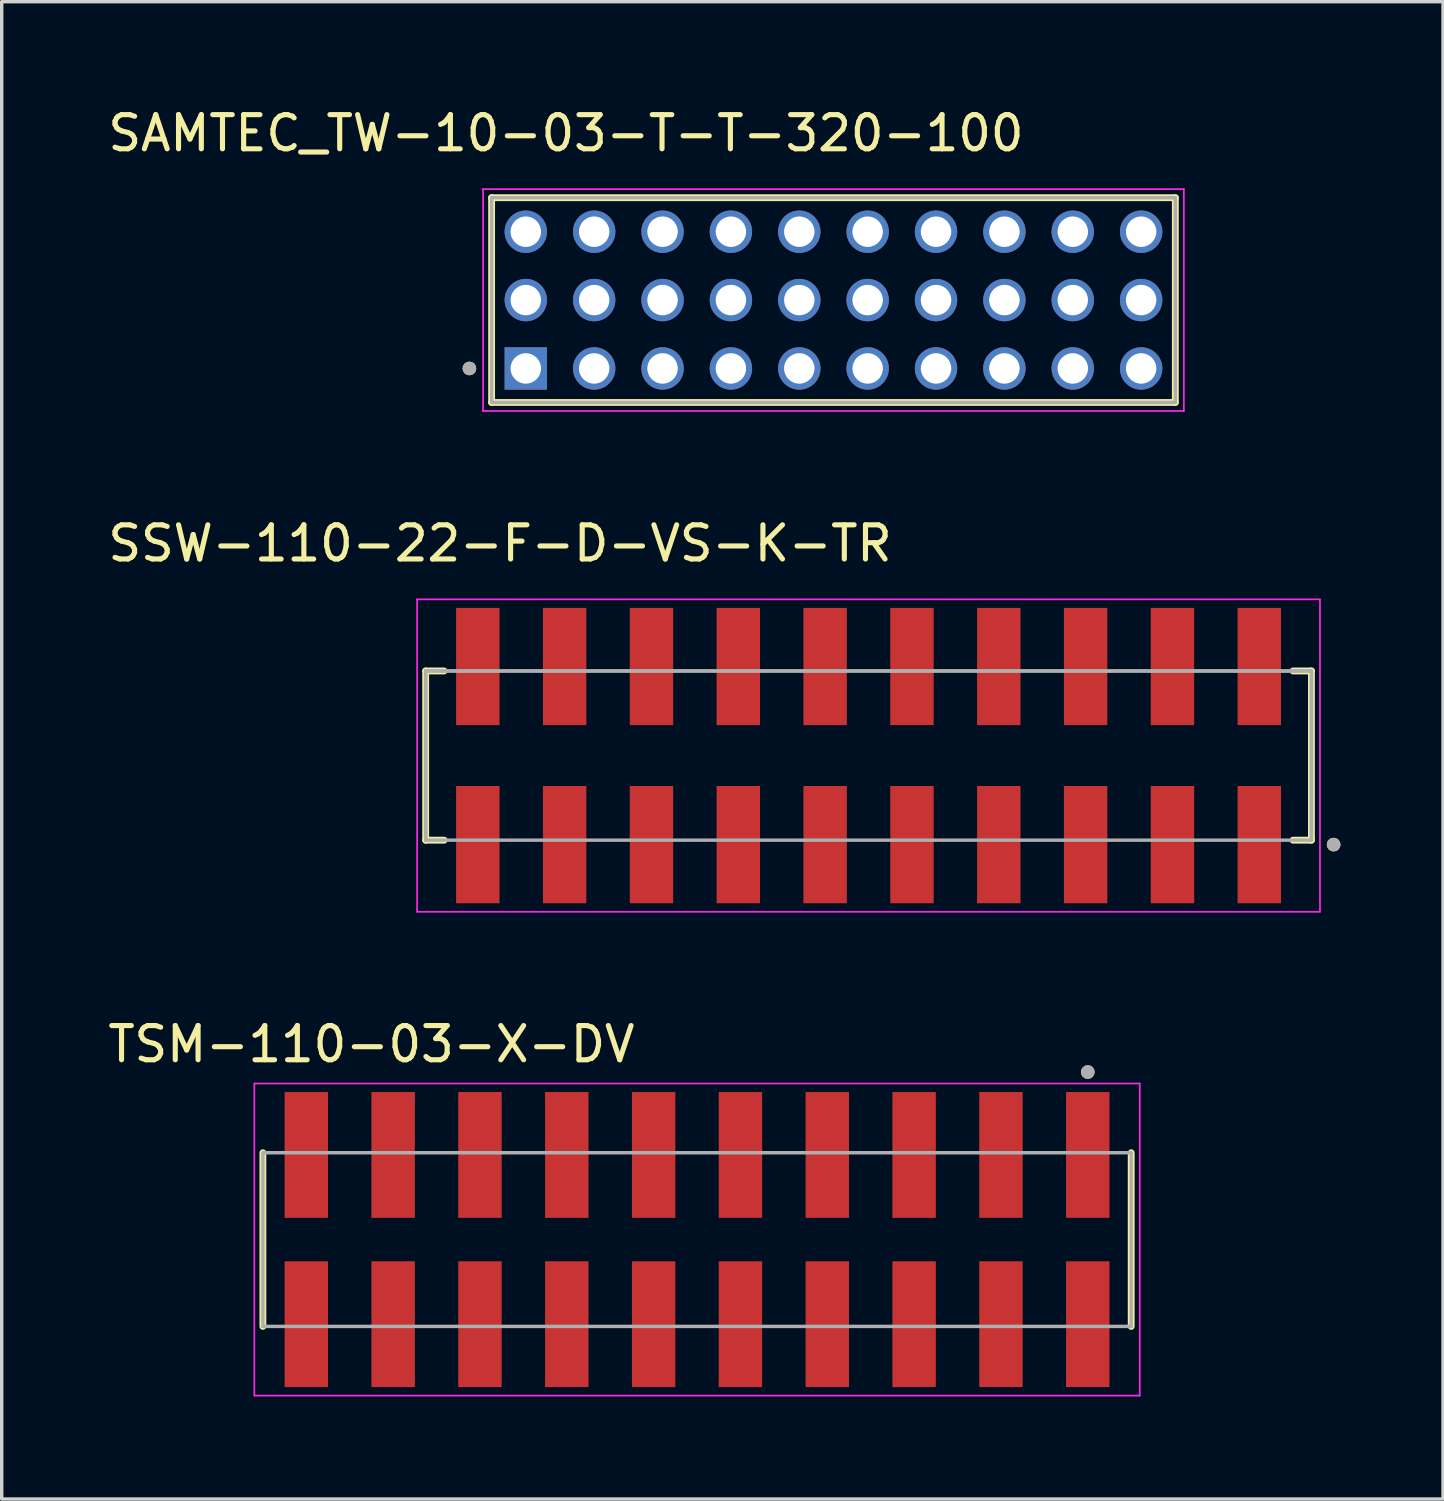
<source format=kicad_pcb>
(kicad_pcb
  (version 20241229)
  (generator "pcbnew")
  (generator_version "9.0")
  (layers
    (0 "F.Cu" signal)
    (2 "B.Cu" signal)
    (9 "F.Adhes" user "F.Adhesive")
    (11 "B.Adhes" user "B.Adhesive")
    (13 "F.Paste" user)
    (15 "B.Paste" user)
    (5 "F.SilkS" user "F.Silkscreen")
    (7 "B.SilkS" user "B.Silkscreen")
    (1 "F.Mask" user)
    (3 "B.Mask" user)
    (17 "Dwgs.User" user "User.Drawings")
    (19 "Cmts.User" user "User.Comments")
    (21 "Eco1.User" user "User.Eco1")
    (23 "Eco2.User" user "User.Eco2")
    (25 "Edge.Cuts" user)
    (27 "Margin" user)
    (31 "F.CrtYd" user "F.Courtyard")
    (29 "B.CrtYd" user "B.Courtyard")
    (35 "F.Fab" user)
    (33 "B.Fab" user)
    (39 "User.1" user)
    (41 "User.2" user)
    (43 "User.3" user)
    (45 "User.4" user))
  (footprint "TSM-110-03-X-DV"
    (layer "F.Cu")
    (at 17.34 33.21)
    (property "Reference" "TSM-110-03-X-DV" (at -9.525 -5.715 0) (layer "F.SilkS") (effects (font (size 1 1) (thickness 0.15))))
    (attr smd)
    (fp_line (start -12.7 2.54) (end -12.7 -2.54) (stroke (width 0.2) (type solid)) (layer "F.SilkS"))
    (fp_line (start 12.7 -2.54) (end 12.7 2.54) (stroke (width 0.2) (type solid)) (layer "F.SilkS"))
    (fp_circle (center 11.43 -4.9) (end 11.53 -4.9) (stroke (width 0.2) (type solid)) (fill no) (layer "F.SilkS"))
    (fp_line (start -12.95 -4.565) (end 12.95 -4.565) (stroke (width 0.05) (type solid)) (layer "F.CrtYd"))
    (fp_line (start -12.95 4.565) (end -12.95 -4.565) (stroke (width 0.05) (type solid)) (layer "F.CrtYd"))
    (fp_line (start 12.95 -4.565) (end 12.95 4.565) (stroke (width 0.05) (type solid)) (layer "F.CrtYd"))
    (fp_line (start 12.95 4.565) (end -12.95 4.565) (stroke (width 0.05) (type solid)) (layer "F.CrtYd"))
    (fp_line (start -12.7 -2.54) (end 12.7 -2.54) (stroke (width 0.1) (type solid)) (layer "F.Fab"))
    (fp_line (start -12.7 2.54) (end -12.7 -2.54) (stroke (width 0.1) (type solid)) (layer "F.Fab"))
    (fp_line (start 12.7 -2.54) (end 12.7 2.54) (stroke (width 0.1) (type solid)) (layer "F.Fab"))
    (fp_line (start 12.7 2.54) (end -12.7 2.54) (stroke (width 0.1) (type solid)) (layer "F.Fab"))
    (fp_circle (center 11.43 -4.9) (end 11.53 -4.9) (stroke (width 0.2) (type solid)) (fill no) (layer "F.Fab"))
    (pad "1" smd rect (at 11.43 2.475) (size 1.27 3.68) (layers "F.Cu" "F.Mask" "F.Paste"))
    (pad "2" smd rect (at 8.89 2.475) (size 1.27 3.68) (layers "F.Cu" "F.Mask" "F.Paste"))
    (pad "3" smd rect (at 6.35 2.475) (size 1.27 3.68) (layers "F.Cu" "F.Mask" "F.Paste"))
    (pad "4" smd rect (at 3.81 2.475) (size 1.27 3.68) (layers "F.Cu" "F.Mask" "F.Paste"))
    (pad "5" smd rect (at 1.27 2.475) (size 1.27 3.68) (layers "F.Cu" "F.Mask" "F.Paste"))
    (pad "6" smd rect (at -1.27 2.475) (size 1.27 3.68) (layers "F.Cu" "F.Mask" "F.Paste"))
    (pad "7" smd rect (at -3.81 2.475) (size 1.27 3.68) (layers "F.Cu" "F.Mask" "F.Paste"))
    (pad "8" smd rect (at -6.35 2.475) (size 1.27 3.68) (layers "F.Cu" "F.Mask" "F.Paste"))
    (pad "9" smd rect (at -8.89 2.475) (size 1.27 3.68) (layers "F.Cu" "F.Mask" "F.Paste"))
    (pad "10" smd rect (at -11.43 2.475) (size 1.27 3.68) (layers "F.Cu" "F.Mask" "F.Paste"))
    (pad "11" smd rect (at 11.43 -2.475) (size 1.27 3.68) (layers "F.Cu" "F.Mask" "F.Paste"))
    (pad "12" smd rect (at 8.89 -2.475) (size 1.27 3.68) (layers "F.Cu" "F.Mask" "F.Paste"))
    (pad "13" smd rect (at 6.35 -2.475) (size 1.27 3.68) (layers "F.Cu" "F.Mask" "F.Paste"))
    (pad "14" smd rect (at 3.81 -2.475) (size 1.27 3.68) (layers "F.Cu" "F.Mask" "F.Paste"))
    (pad "15" smd rect (at 1.27 -2.475) (size 1.27 3.68) (layers "F.Cu" "F.Mask" "F.Paste"))
    (pad "16" smd rect (at -1.27 -2.475) (size 1.27 3.68) (layers "F.Cu" "F.Mask" "F.Paste"))
    (pad "17" smd rect (at -3.81 -2.475) (size 1.27 3.68) (layers "F.Cu" "F.Mask" "F.Paste"))
    (pad "18" smd rect (at -6.35 -2.475) (size 1.27 3.68) (layers "F.Cu" "F.Mask" "F.Paste"))
    (pad "19" smd rect (at -8.89 -2.475) (size 1.27 3.68) (layers "F.Cu" "F.Mask" "F.Paste"))
    (pad "20" smd rect (at -11.43 -2.475) (size 1.27 3.68) (layers "F.Cu" "F.Mask" "F.Paste")))
  (footprint "SAMTEC_TW-10-03-T-T-320-100"
    (layer "F.Cu")
    (at 12.331 7.728)
    (property "Reference" "SAMTEC_TW-10-03-T-T-320-100" (at 1.175 -6.88 0) (layer "F.SilkS") (effects (font (size 1 1) (thickness 0.15))))
    (attr through_hole)
    (fp_line (start -1 0.995) (end -1 -4.995) (stroke (width 0.2) (type solid)) (layer "F.SilkS"))
    (fp_line (start 19 -4.995) (end -1 -4.995) (stroke (width 0.2) (type solid)) (layer "F.SilkS"))
    (fp_line (start 19 -4.995) (end 19 0.995) (stroke (width 0.2) (type solid)) (layer "F.SilkS"))
    (fp_line (start 19 0.995) (end -1 0.995) (stroke (width 0.2) (type solid)) (layer "F.SilkS"))
    (fp_circle (center -1.65 0) (end -1.55 0) (stroke (width 0.2) (type solid)) (fill no) (layer "F.SilkS"))
    (fp_line (start -1.25 -5.245) (end 19.25 -5.245) (stroke (width 0.05) (type solid)) (layer "F.CrtYd"))
    (fp_line (start -1.25 1.245) (end -1.25 -5.245) (stroke (width 0.05) (type solid)) (layer "F.CrtYd"))
    (fp_line (start 19.25 -5.245) (end 19.25 1.245) (stroke (width 0.05) (type solid)) (layer "F.CrtYd"))
    (fp_line (start 19.25 1.245) (end -1.25 1.245) (stroke (width 0.05) (type solid)) (layer "F.CrtYd"))
    (fp_line (start -1 -4.995) (end 19 -4.995) (stroke (width 0.1) (type solid)) (layer "F.Fab"))
    (fp_line (start -1 0.995) (end -1 -4.995) (stroke (width 0.1) (type solid)) (layer "F.Fab"))
    (fp_line (start 19 -4.995) (end 19 0.995) (stroke (width 0.1) (type solid)) (layer "F.Fab"))
    (fp_line (start 19 0.995) (end -1 0.995) (stroke (width 0.1) (type solid)) (layer "F.Fab"))
    (fp_circle (center -1.65 0) (end -1.55 0) (stroke (width 0.2) (type solid)) (fill no) (layer "F.Fab"))
    (pad "1" thru_hole rect (at 0 0) (size 1.24 1.24) (drill 0.89) (layers "*.Cu" "*.Mask"))
    (pad "2" thru_hole circle (at 0 -2) (size 1.24 1.24) (drill 0.89) (layers "*.Cu" "*.Mask"))
    (pad "3" thru_hole circle (at 0 -4) (size 1.24 1.24) (drill 0.89) (layers "*.Cu" "*.Mask"))
    (pad "4" thru_hole circle (at 2 0) (size 1.24 1.24) (drill 0.89) (layers "*.Cu" "*.Mask"))
    (pad "5" thru_hole circle (at 2 -2) (size 1.24 1.24) (drill 0.89) (layers "*.Cu" "*.Mask"))
    (pad "6" thru_hole circle (at 2 -4) (size 1.24 1.24) (drill 0.89) (layers "*.Cu" "*.Mask"))
    (pad "7" thru_hole circle (at 4 0) (size 1.24 1.24) (drill 0.89) (layers "*.Cu" "*.Mask"))
    (pad "8" thru_hole circle (at 4 -2) (size 1.24 1.24) (drill 0.89) (layers "*.Cu" "*.Mask"))
    (pad "9" thru_hole circle (at 4 -4) (size 1.24 1.24) (drill 0.89) (layers "*.Cu" "*.Mask"))
    (pad "10" thru_hole circle (at 6 0) (size 1.24 1.24) (drill 0.89) (layers "*.Cu" "*.Mask"))
    (pad "11" thru_hole circle (at 6 -2) (size 1.24 1.24) (drill 0.89) (layers "*.Cu" "*.Mask"))
    (pad "12" thru_hole circle (at 6 -4) (size 1.24 1.24) (drill 0.89) (layers "*.Cu" "*.Mask"))
    (pad "13" thru_hole circle (at 8 0) (size 1.24 1.24) (drill 0.89) (layers "*.Cu" "*.Mask"))
    (pad "14" thru_hole circle (at 8 -2) (size 1.24 1.24) (drill 0.89) (layers "*.Cu" "*.Mask"))
    (pad "15" thru_hole circle (at 8 -4) (size 1.24 1.24) (drill 0.89) (layers "*.Cu" "*.Mask"))
    (pad "16" thru_hole circle (at 10 0) (size 1.24 1.24) (drill 0.89) (layers "*.Cu" "*.Mask"))
    (pad "17" thru_hole circle (at 10 -2) (size 1.24 1.24) (drill 0.89) (layers "*.Cu" "*.Mask"))
    (pad "18" thru_hole circle (at 10 -4) (size 1.24 1.24) (drill 0.89) (layers "*.Cu" "*.Mask"))
    (pad "19" thru_hole circle (at 12 0) (size 1.24 1.24) (drill 0.89) (layers "*.Cu" "*.Mask"))
    (pad "20" thru_hole circle (at 12 -2) (size 1.24 1.24) (drill 0.89) (layers "*.Cu" "*.Mask"))
    (pad "21" thru_hole circle (at 12 -4) (size 1.24 1.24) (drill 0.89) (layers "*.Cu" "*.Mask"))
    (pad "22" thru_hole circle (at 14 0) (size 1.24 1.24) (drill 0.89) (layers "*.Cu" "*.Mask"))
    (pad "23" thru_hole circle (at 14 -2) (size 1.24 1.24) (drill 0.89) (layers "*.Cu" "*.Mask"))
    (pad "24" thru_hole circle (at 14 -4) (size 1.24 1.24) (drill 0.89) (layers "*.Cu" "*.Mask"))
    (pad "25" thru_hole circle (at 16 0) (size 1.24 1.24) (drill 0.89) (layers "*.Cu" "*.Mask"))
    (pad "26" thru_hole circle (at 16 -2) (size 1.24 1.24) (drill 0.89) (layers "*.Cu" "*.Mask"))
    (pad "27" thru_hole circle (at 16 -4) (size 1.24 1.24) (drill 0.89) (layers "*.Cu" "*.Mask"))
    (pad "28" thru_hole circle (at 18 0) (size 1.24 1.24) (drill 0.89) (layers "*.Cu" "*.Mask"))
    (pad "29" thru_hole circle (at 18 -2) (size 1.24 1.24) (drill 0.89) (layers "*.Cu" "*.Mask"))
    (pad "30" thru_hole circle (at 18 -4) (size 1.24 1.24) (drill 0.89) (layers "*.Cu" "*.Mask")))
  (footprint "SSW-110-22-F-D-VS-K-TR"
    (layer "F.Cu")
    (at 22.357 19.052)
    (property "Reference" "SSW-110-22-F-D-VS-K-TR" (at -10.78 -6.205 0) (layer "F.SilkS") (effects (font (size 1 1) (thickness 0.15))))
    (attr smd)
    (fp_line (start -12.955 -2.475) (end -12.415 -2.475) (stroke (width 0.2) (type solid)) (layer "F.SilkS"))
    (fp_line (start -12.955 2.475) (end -12.955 -2.475) (stroke (width 0.2) (type solid)) (layer "F.SilkS"))
    (fp_line (start -12.415 2.475) (end -12.955 2.475) (stroke (width 0.2) (type solid)) (layer "F.SilkS"))
    (fp_line (start 12.415 -2.475) (end 12.955 -2.475) (stroke (width 0.2) (type solid)) (layer "F.SilkS"))
    (fp_line (start 12.415 2.475) (end 12.955 2.475) (stroke (width 0.2) (type solid)) (layer "F.SilkS"))
    (fp_line (start 12.955 -2.475) (end 12.955 2.475) (stroke (width 0.2) (type solid)) (layer "F.SilkS"))
    (fp_circle (center 13.605 2.605) (end 13.705 2.605) (stroke (width 0.2) (type solid)) (fill no) (layer "F.SilkS"))
    (fp_line (start -13.205 -4.57) (end 13.205 -4.57) (stroke (width 0.05) (type solid)) (layer "F.CrtYd"))
    (fp_line (start -13.205 4.57) (end -13.205 -4.57) (stroke (width 0.05) (type solid)) (layer "F.CrtYd"))
    (fp_line (start 13.205 -4.57) (end 13.205 4.57) (stroke (width 0.05) (type solid)) (layer "F.CrtYd"))
    (fp_line (start 13.205 4.57) (end -13.205 4.57) (stroke (width 0.05) (type solid)) (layer "F.CrtYd"))
    (fp_line (start -12.955 -2.475) (end 12.955 -2.475) (stroke (width 0.1) (type solid)) (layer "F.Fab"))
    (fp_line (start -12.955 -2.475) (end 12.955 -2.475) (stroke (width 0.1) (type solid)) (layer "F.Fab"))
    (fp_line (start -12.955 2.475) (end -12.955 -2.475) (stroke (width 0.1) (type solid)) (layer "F.Fab"))
    (fp_line (start -12.955 2.475) (end -12.955 -2.475) (stroke (width 0.1) (type solid)) (layer "F.Fab"))
    (fp_line (start 12.955 -2.475) (end 12.955 2.475) (stroke (width 0.1) (type solid)) (layer "F.Fab"))
    (fp_line (start 12.955 -2.475) (end 12.955 2.475) (stroke (width 0.1) (type solid)) (layer "F.Fab"))
    (fp_line (start 12.955 2.475) (end -12.955 2.475) (stroke (width 0.1) (type solid)) (layer "F.Fab"))
    (fp_circle (center 13.605 2.605) (end 13.705 2.605) (stroke (width 0.2) (type solid)) (fill no) (layer "F.Fab"))
    (pad "1" smd rect (at 11.43 -2.605) (size 1.27 3.43) (layers "F.Cu" "F.Mask" "F.Paste"))
    (pad "2" smd rect (at 8.89 -2.605) (size 1.27 3.43) (layers "F.Cu" "F.Mask" "F.Paste"))
    (pad "3" smd rect (at 6.35 -2.605) (size 1.27 3.43) (layers "F.Cu" "F.Mask" "F.Paste"))
    (pad "4" smd rect (at 3.81 -2.605) (size 1.27 3.43) (layers "F.Cu" "F.Mask" "F.Paste"))
    (pad "5" smd rect (at 1.27 -2.605) (size 1.27 3.43) (layers "F.Cu" "F.Mask" "F.Paste"))
    (pad "6" smd rect (at -1.27 -2.605) (size 1.27 3.43) (layers "F.Cu" "F.Mask" "F.Paste"))
    (pad "7" smd rect (at -3.81 -2.605) (size 1.27 3.43) (layers "F.Cu" "F.Mask" "F.Paste"))
    (pad "8" smd rect (at -6.35 -2.605) (size 1.27 3.43) (layers "F.Cu" "F.Mask" "F.Paste"))
    (pad "9" smd rect (at -8.89 -2.605) (size 1.27 3.43) (layers "F.Cu" "F.Mask" "F.Paste"))
    (pad "10" smd rect (at -11.43 -2.605) (size 1.27 3.43) (layers "F.Cu" "F.Mask" "F.Paste"))
    (pad "11" smd rect (at 11.43 2.605) (size 1.27 3.43) (layers "F.Cu" "F.Mask" "F.Paste"))
    (pad "12" smd rect (at 8.89 2.605) (size 1.27 3.43) (layers "F.Cu" "F.Mask" "F.Paste"))
    (pad "13" smd rect (at 6.35 2.605) (size 1.27 3.43) (layers "F.Cu" "F.Mask" "F.Paste"))
    (pad "14" smd rect (at 3.81 2.605) (size 1.27 3.43) (layers "F.Cu" "F.Mask" "F.Paste"))
    (pad "15" smd rect (at 1.27 2.605) (size 1.27 3.43) (layers "F.Cu" "F.Mask" "F.Paste"))
    (pad "16" smd rect (at -1.27 2.605) (size 1.27 3.43) (layers "F.Cu" "F.Mask" "F.Paste"))
    (pad "17" smd rect (at -3.81 2.605) (size 1.27 3.43) (layers "F.Cu" "F.Mask" "F.Paste"))
    (pad "18" smd rect (at -6.35 2.605) (size 1.27 3.43) (layers "F.Cu" "F.Mask" "F.Paste"))
    (pad "19" smd rect (at -8.89 2.605) (size 1.27 3.43) (layers "F.Cu" "F.Mask" "F.Paste"))
    (pad "20" smd rect (at -11.43 2.605) (size 1.27 3.43) (layers "F.Cu" "F.Mask" "F.Paste")))
  (gr_rect
    (start -3 -3)
    (end 39.162 40.8)
    (stroke (width 0.1) (type default))
    (fill no)
    (layer "Edge.Cuts")))
</source>
